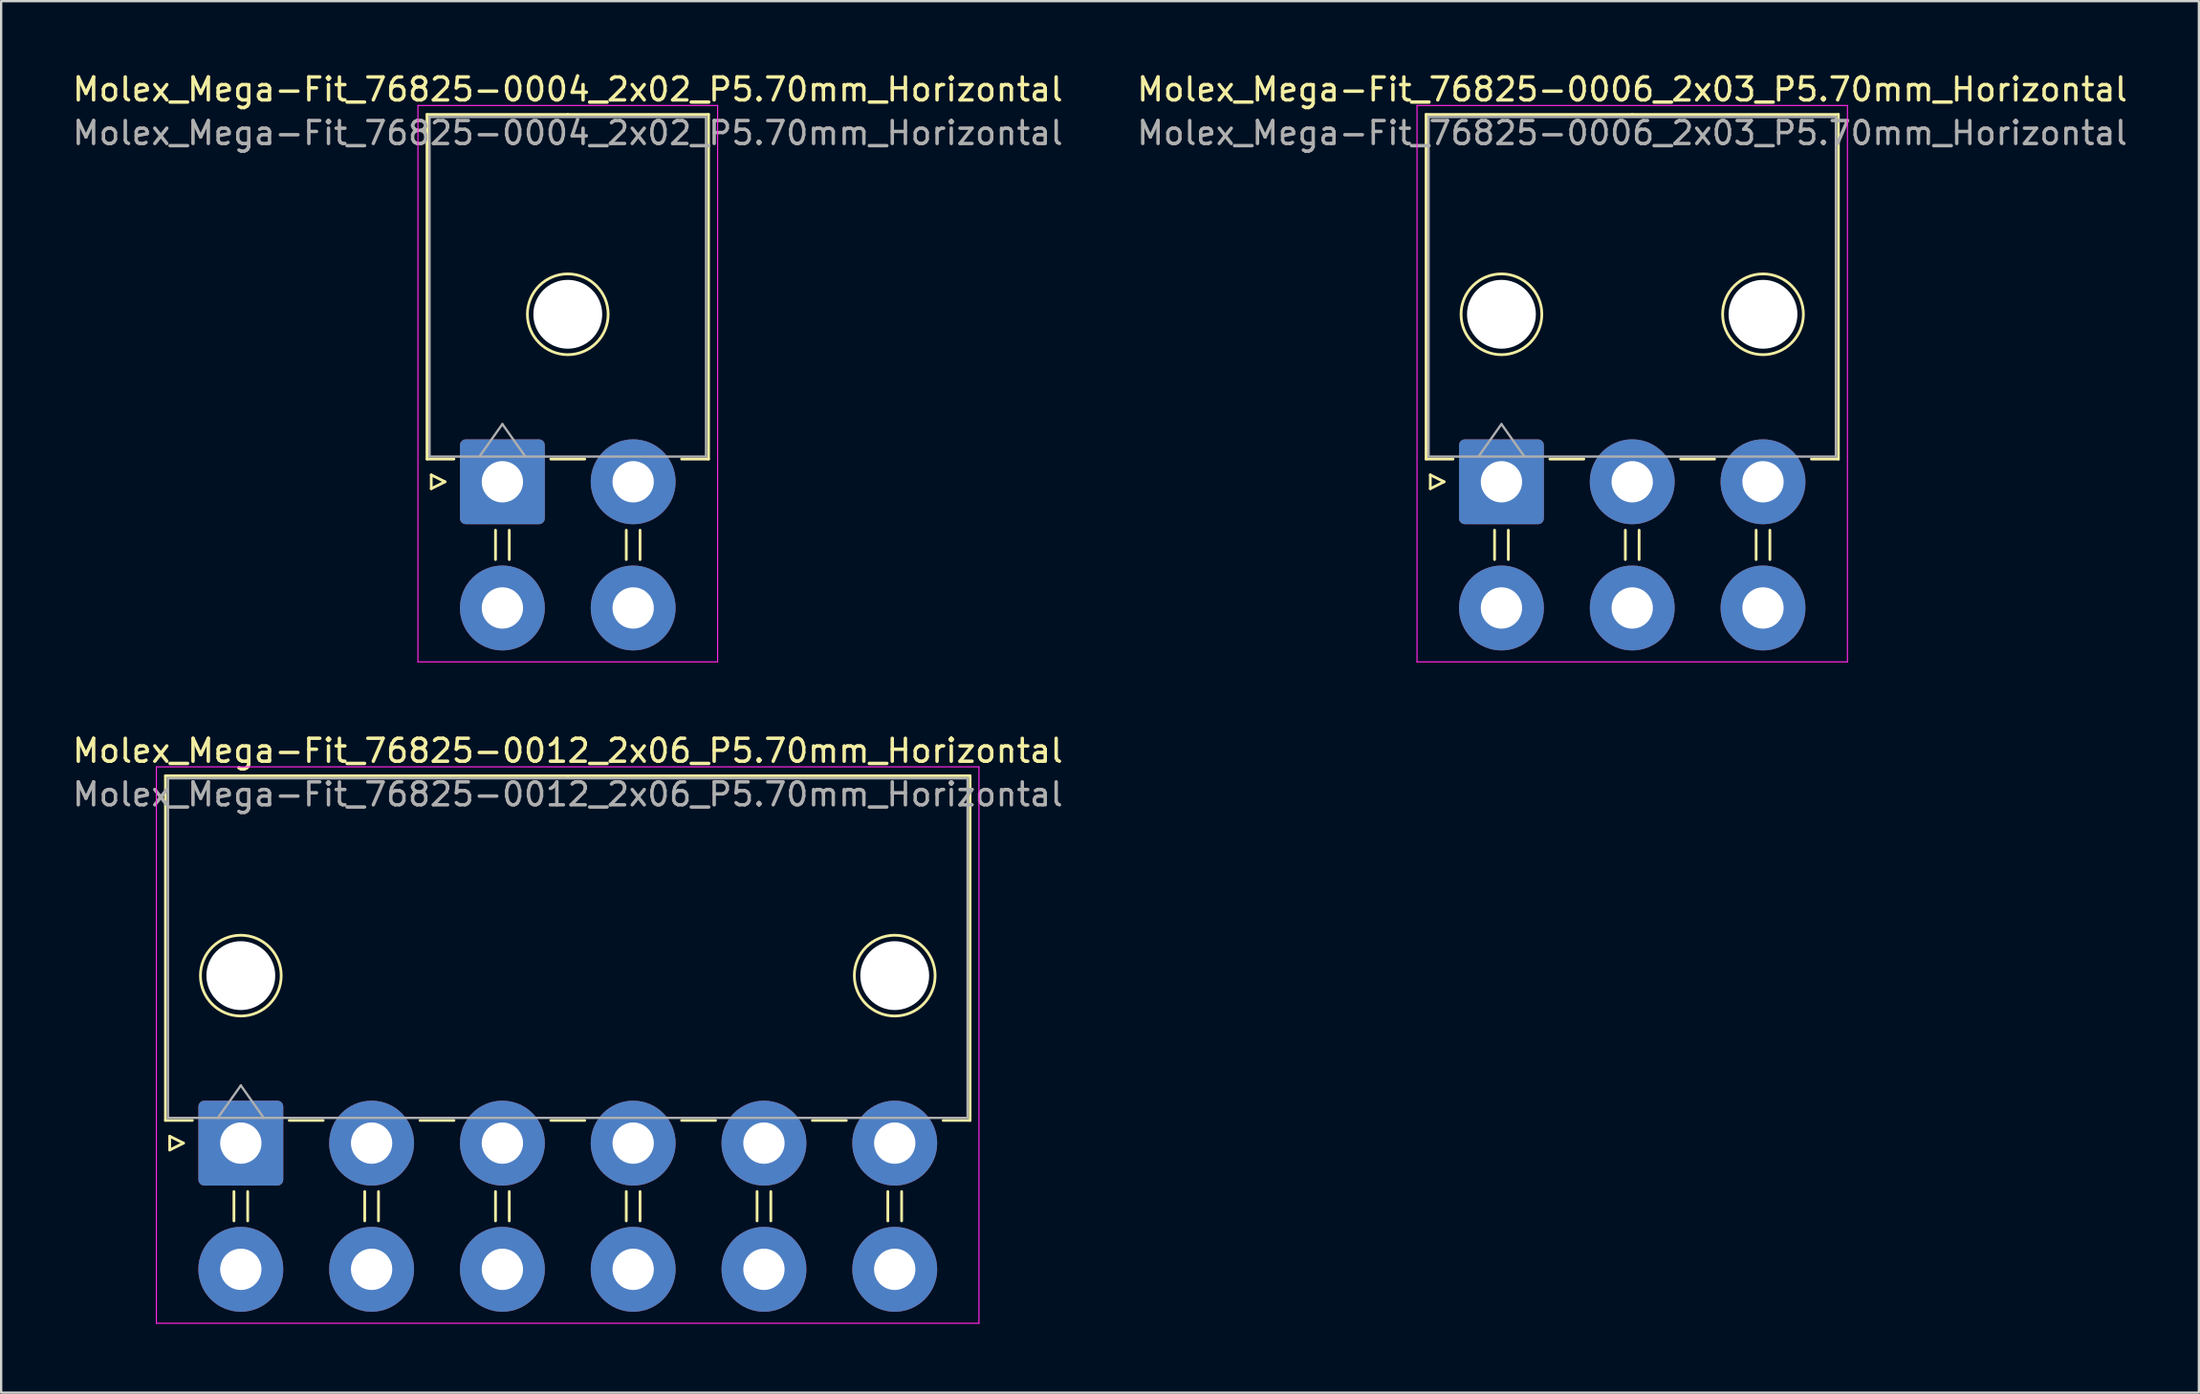
<source format=kicad_pcb>
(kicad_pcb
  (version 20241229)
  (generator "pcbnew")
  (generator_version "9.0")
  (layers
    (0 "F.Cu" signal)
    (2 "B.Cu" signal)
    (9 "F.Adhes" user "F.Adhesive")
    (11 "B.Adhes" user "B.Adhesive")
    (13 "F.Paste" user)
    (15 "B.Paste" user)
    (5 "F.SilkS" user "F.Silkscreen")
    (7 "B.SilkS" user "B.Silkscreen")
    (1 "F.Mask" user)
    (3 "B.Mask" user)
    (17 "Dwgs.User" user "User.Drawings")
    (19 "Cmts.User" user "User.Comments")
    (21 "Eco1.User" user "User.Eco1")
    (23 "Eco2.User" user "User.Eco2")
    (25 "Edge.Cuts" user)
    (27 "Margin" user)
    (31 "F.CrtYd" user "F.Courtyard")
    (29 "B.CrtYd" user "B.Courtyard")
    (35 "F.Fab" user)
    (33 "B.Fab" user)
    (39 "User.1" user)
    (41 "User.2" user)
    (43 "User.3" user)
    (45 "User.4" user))
  (footprint "Molex_Mega-Fit_76825-0012_2x06_P5.70mm_Horizontal"
    (layer "F.Cu")
    (at 7.446 46.772)
    (property "Reference" "Molex_Mega-Fit_76825-0012_2x06_P5.70mm_Horizontal" (at 14.25 -17.1 0) (layer "F.SilkS") (effects (font (size 1 1) (thickness 0.15))))
    (attr through_hole)
    (fp_line (start -3.285 -16.01) (end -3.285 -0.99) (stroke (width 0.12) (type solid)) (layer "F.SilkS"))
    (fp_line (start -3.285 -0.99) (end -2.11 -0.99) (stroke (width 0.12) (type solid)) (layer "F.SilkS"))
    (fp_line (start -3.1 -0.3) (end -2.5 0) (stroke (width 0.12) (type solid)) (layer "F.SilkS"))
    (fp_line (start -3.1 0.3) (end -3.1 -0.3) (stroke (width 0.12) (type solid)) (layer "F.SilkS"))
    (fp_line (start -2.5 0) (end -3.1 0.3) (stroke (width 0.12) (type solid)) (layer "F.SilkS"))
    (fp_line (start -0.3 2.11) (end -0.3 3.39) (stroke (width 0.12) (type solid)) (layer "F.SilkS"))
    (fp_line (start 0.3 2.11) (end 0.3 3.39) (stroke (width 0.12) (type solid)) (layer "F.SilkS"))
    (fp_line (start 2.11 -0.99) (end 3.59 -0.99) (stroke (width 0.12) (type solid)) (layer "F.SilkS"))
    (fp_line (start 5.4 2.11) (end 5.4 3.39) (stroke (width 0.12) (type solid)) (layer "F.SilkS"))
    (fp_line (start 6 2.11) (end 6 3.39) (stroke (width 0.12) (type solid)) (layer "F.SilkS"))
    (fp_line (start 7.81 -0.99) (end 9.29 -0.99) (stroke (width 0.12) (type solid)) (layer "F.SilkS"))
    (fp_line (start 11.1 2.11) (end 11.1 3.39) (stroke (width 0.12) (type solid)) (layer "F.SilkS"))
    (fp_line (start 11.7 2.11) (end 11.7 3.39) (stroke (width 0.12) (type solid)) (layer "F.SilkS"))
    (fp_line (start 13.51 -0.99) (end 14.99 -0.99) (stroke (width 0.12) (type solid)) (layer "F.SilkS"))
    (fp_line (start 14.25 -16.01) (end -3.285 -16.01) (stroke (width 0.12) (type solid)) (layer "F.SilkS"))
    (fp_line (start 14.25 -16.01) (end 31.785 -16.01) (stroke (width 0.12) (type solid)) (layer "F.SilkS"))
    (fp_line (start 16.8 2.11) (end 16.8 3.39) (stroke (width 0.12) (type solid)) (layer "F.SilkS"))
    (fp_line (start 17.4 2.11) (end 17.4 3.39) (stroke (width 0.12) (type solid)) (layer "F.SilkS"))
    (fp_line (start 19.21 -0.99) (end 20.69 -0.99) (stroke (width 0.12) (type solid)) (layer "F.SilkS"))
    (fp_line (start 22.5 2.11) (end 22.5 3.39) (stroke (width 0.12) (type solid)) (layer "F.SilkS"))
    (fp_line (start 23.1 2.11) (end 23.1 3.39) (stroke (width 0.12) (type solid)) (layer "F.SilkS"))
    (fp_line (start 24.91 -0.99) (end 26.39 -0.99) (stroke (width 0.12) (type solid)) (layer "F.SilkS"))
    (fp_line (start 28.2 2.11) (end 28.2 3.39) (stroke (width 0.12) (type solid)) (layer "F.SilkS"))
    (fp_line (start 28.8 2.11) (end 28.8 3.39) (stroke (width 0.12) (type solid)) (layer "F.SilkS"))
    (fp_line (start 31.785 -16.01) (end 31.785 -0.99) (stroke (width 0.12) (type solid)) (layer "F.SilkS"))
    (fp_line (start 31.785 -0.99) (end 30.61 -0.99) (stroke (width 0.12) (type solid)) (layer "F.SilkS"))
    (fp_circle (center 0 -7.3) (end 1.76 -7.3) (stroke (width 0.12) (type solid)) (fill no) (layer "F.SilkS"))
    (fp_circle (center 28.5 -7.3) (end 30.26 -7.3) (stroke (width 0.12) (type solid)) (fill no) (layer "F.SilkS"))
    (fp_line (start -3.68 -16.4) (end -3.68 7.85) (stroke (width 0.05) (type solid)) (layer "F.CrtYd"))
    (fp_line (start -3.68 7.85) (end 32.17 7.85) (stroke (width 0.05) (type solid)) (layer "F.CrtYd"))
    (fp_line (start 32.17 -16.4) (end -3.68 -16.4) (stroke (width 0.05) (type solid)) (layer "F.CrtYd"))
    (fp_line (start 32.17 7.85) (end 32.17 -16.4) (stroke (width 0.05) (type solid)) (layer "F.CrtYd"))
    (fp_line (start -3.175 -15.9) (end -3.175 -1.1) (stroke (width 0.1) (type solid)) (layer "F.Fab"))
    (fp_line (start -3.175 -1.1) (end 31.675 -1.1) (stroke (width 0.1) (type solid)) (layer "F.Fab"))
    (fp_line (start -1 -1.1) (end 0 -2.514) (stroke (width 0.1) (type solid)) (layer "F.Fab"))
    (fp_line (start 0 -2.514) (end 1 -1.1) (stroke (width 0.1) (type solid)) (layer "F.Fab"))
    (fp_line (start 31.675 -15.9) (end -3.175 -15.9) (stroke (width 0.1) (type solid)) (layer "F.Fab"))
    (fp_line (start 31.675 -1.1) (end 31.675 -15.9) (stroke (width 0.1) (type solid)) (layer "F.Fab"))
    (fp_text user "${REFERENCE}" (at 14.25 -15.2 0) (layer "F.Fab") (effects (font (size 1 1) (thickness 0.15))))
    (pad "" np_thru_hole circle (at 0 -7.3) (size 3 3) (drill 3) (layers "*.Cu" "*.Mask"))
    (pad "" np_thru_hole circle (at 28.5 -7.3) (size 3 3) (drill 3) (layers "*.Cu" "*.Mask"))
    (pad "1" thru_hole roundrect (at 0 0) (size 3.7 3.7) (drill 1.8) (layers "*.Cu" "*.Mask") (roundrect_rratio 0.068))
    (pad "2" thru_hole circle (at 5.7 0) (size 3.7 3.7) (drill 1.8) (layers "*.Cu" "*.Mask"))
    (pad "3" thru_hole circle (at 11.4 0) (size 3.7 3.7) (drill 1.8) (layers "*.Cu" "*.Mask"))
    (pad "4" thru_hole circle (at 17.1 0) (size 3.7 3.7) (drill 1.8) (layers "*.Cu" "*.Mask"))
    (pad "5" thru_hole circle (at 22.8 0) (size 3.7 3.7) (drill 1.8) (layers "*.Cu" "*.Mask"))
    (pad "6" thru_hole circle (at 28.5 0) (size 3.7 3.7) (drill 1.8) (layers "*.Cu" "*.Mask"))
    (pad "7" thru_hole circle (at 0 5.5) (size 3.7 3.7) (drill 1.8) (layers "*.Cu" "*.Mask"))
    (pad "8" thru_hole circle (at 5.7 5.5) (size 3.7 3.7) (drill 1.8) (layers "*.Cu" "*.Mask"))
    (pad "9" thru_hole circle (at 11.4 5.5) (size 3.7 3.7) (drill 1.8) (layers "*.Cu" "*.Mask"))
    (pad "10" thru_hole circle (at 17.1 5.5) (size 3.7 3.7) (drill 1.8) (layers "*.Cu" "*.Mask"))
    (pad "11" thru_hole circle (at 22.8 5.5) (size 3.7 3.7) (drill 1.8) (layers "*.Cu" "*.Mask"))
    (pad "12" thru_hole circle (at 28.5 5.5) (size 3.7 3.7) (drill 1.8) (layers "*.Cu" "*.Mask")))
  (footprint "Molex_Mega-Fit_76825-0004_2x02_P5.70mm_Horizontal"
    (layer "F.Cu")
    (at 18.846 17.948)
    (property "Reference" "Molex_Mega-Fit_76825-0004_2x02_P5.70mm_Horizontal" (at 2.85 -17.1 0) (layer "F.SilkS") (effects (font (size 1 1) (thickness 0.15))))
    (attr through_hole)
    (fp_line (start -3.285 -16.01) (end -3.285 -0.99) (stroke (width 0.12) (type solid)) (layer "F.SilkS"))
    (fp_line (start -3.285 -0.99) (end -2.11 -0.99) (stroke (width 0.12) (type solid)) (layer "F.SilkS"))
    (fp_line (start -3.1 -0.3) (end -2.5 0) (stroke (width 0.12) (type solid)) (layer "F.SilkS"))
    (fp_line (start -3.1 0.3) (end -3.1 -0.3) (stroke (width 0.12) (type solid)) (layer "F.SilkS"))
    (fp_line (start -2.5 0) (end -3.1 0.3) (stroke (width 0.12) (type solid)) (layer "F.SilkS"))
    (fp_line (start -0.3 2.11) (end -0.3 3.39) (stroke (width 0.12) (type solid)) (layer "F.SilkS"))
    (fp_line (start 0.3 2.11) (end 0.3 3.39) (stroke (width 0.12) (type solid)) (layer "F.SilkS"))
    (fp_line (start 2.11 -0.99) (end 3.59 -0.99) (stroke (width 0.12) (type solid)) (layer "F.SilkS"))
    (fp_line (start 2.85 -16.01) (end -3.285 -16.01) (stroke (width 0.12) (type solid)) (layer "F.SilkS"))
    (fp_line (start 2.85 -16.01) (end 8.985 -16.01) (stroke (width 0.12) (type solid)) (layer "F.SilkS"))
    (fp_line (start 5.4 2.11) (end 5.4 3.39) (stroke (width 0.12) (type solid)) (layer "F.SilkS"))
    (fp_line (start 6 2.11) (end 6 3.39) (stroke (width 0.12) (type solid)) (layer "F.SilkS"))
    (fp_line (start 8.985 -16.01) (end 8.985 -0.99) (stroke (width 0.12) (type solid)) (layer "F.SilkS"))
    (fp_line (start 8.985 -0.99) (end 7.81 -0.99) (stroke (width 0.12) (type solid)) (layer "F.SilkS"))
    (fp_circle (center 2.85 -7.3) (end 4.61 -7.3) (stroke (width 0.12) (type solid)) (fill no) (layer "F.SilkS"))
    (fp_line (start -3.68 -16.4) (end -3.68 7.85) (stroke (width 0.05) (type solid)) (layer "F.CrtYd"))
    (fp_line (start -3.68 7.85) (end 9.38 7.85) (stroke (width 0.05) (type solid)) (layer "F.CrtYd"))
    (fp_line (start 9.38 -16.4) (end -3.68 -16.4) (stroke (width 0.05) (type solid)) (layer "F.CrtYd"))
    (fp_line (start 9.38 7.85) (end 9.38 -16.4) (stroke (width 0.05) (type solid)) (layer "F.CrtYd"))
    (fp_line (start -3.175 -15.9) (end -3.175 -1.1) (stroke (width 0.1) (type solid)) (layer "F.Fab"))
    (fp_line (start -3.175 -1.1) (end 8.875 -1.1) (stroke (width 0.1) (type solid)) (layer "F.Fab"))
    (fp_line (start -1 -1.1) (end 0 -2.514) (stroke (width 0.1) (type solid)) (layer "F.Fab"))
    (fp_line (start 0 -2.514) (end 1 -1.1) (stroke (width 0.1) (type solid)) (layer "F.Fab"))
    (fp_line (start 8.875 -15.9) (end -3.175 -15.9) (stroke (width 0.1) (type solid)) (layer "F.Fab"))
    (fp_line (start 8.875 -1.1) (end 8.875 -15.9) (stroke (width 0.1) (type solid)) (layer "F.Fab"))
    (fp_text user "${REFERENCE}" (at 2.85 -15.2 0) (layer "F.Fab") (effects (font (size 1 1) (thickness 0.15))))
    (pad "" np_thru_hole circle (at 2.85 -7.3) (size 3 3) (drill 3) (layers "*.Cu" "*.Mask"))
    (pad "1" thru_hole roundrect (at 0 0) (size 3.7 3.7) (drill 1.8) (layers "*.Cu" "*.Mask") (roundrect_rratio 0.068))
    (pad "2" thru_hole circle (at 5.7 0) (size 3.7 3.7) (drill 1.8) (layers "*.Cu" "*.Mask"))
    (pad "3" thru_hole circle (at 0 5.5) (size 3.7 3.7) (drill 1.8) (layers "*.Cu" "*.Mask"))
    (pad "4" thru_hole circle (at 5.7 5.5) (size 3.7 3.7) (drill 1.8) (layers "*.Cu" "*.Mask")))
  (footprint "Molex_Mega-Fit_76825-0006_2x03_P5.70mm_Horizontal"
    (layer "F.Cu")
    (at 62.389 17.948)
    (property "Reference" "Molex_Mega-Fit_76825-0006_2x03_P5.70mm_Horizontal" (at 5.7 -17.1 0) (layer "F.SilkS") (effects (font (size 1 1) (thickness 0.15))))
    (attr through_hole)
    (fp_line (start -3.285 -16.01) (end -3.285 -0.99) (stroke (width 0.12) (type solid)) (layer "F.SilkS"))
    (fp_line (start -3.285 -0.99) (end -2.11 -0.99) (stroke (width 0.12) (type solid)) (layer "F.SilkS"))
    (fp_line (start -3.1 -0.3) (end -2.5 0) (stroke (width 0.12) (type solid)) (layer "F.SilkS"))
    (fp_line (start -3.1 0.3) (end -3.1 -0.3) (stroke (width 0.12) (type solid)) (layer "F.SilkS"))
    (fp_line (start -2.5 0) (end -3.1 0.3) (stroke (width 0.12) (type solid)) (layer "F.SilkS"))
    (fp_line (start -0.3 2.11) (end -0.3 3.39) (stroke (width 0.12) (type solid)) (layer "F.SilkS"))
    (fp_line (start 0.3 2.11) (end 0.3 3.39) (stroke (width 0.12) (type solid)) (layer "F.SilkS"))
    (fp_line (start 2.11 -0.99) (end 3.59 -0.99) (stroke (width 0.12) (type solid)) (layer "F.SilkS"))
    (fp_line (start 5.4 2.11) (end 5.4 3.39) (stroke (width 0.12) (type solid)) (layer "F.SilkS"))
    (fp_line (start 5.7 -16.01) (end -3.285 -16.01) (stroke (width 0.12) (type solid)) (layer "F.SilkS"))
    (fp_line (start 5.7 -16.01) (end 14.685 -16.01) (stroke (width 0.12) (type solid)) (layer "F.SilkS"))
    (fp_line (start 6 2.11) (end 6 3.39) (stroke (width 0.12) (type solid)) (layer "F.SilkS"))
    (fp_line (start 7.81 -0.99) (end 9.29 -0.99) (stroke (width 0.12) (type solid)) (layer "F.SilkS"))
    (fp_line (start 11.1 2.11) (end 11.1 3.39) (stroke (width 0.12) (type solid)) (layer "F.SilkS"))
    (fp_line (start 11.7 2.11) (end 11.7 3.39) (stroke (width 0.12) (type solid)) (layer "F.SilkS"))
    (fp_line (start 14.685 -16.01) (end 14.685 -0.99) (stroke (width 0.12) (type solid)) (layer "F.SilkS"))
    (fp_line (start 14.685 -0.99) (end 13.51 -0.99) (stroke (width 0.12) (type solid)) (layer "F.SilkS"))
    (fp_circle (center 0 -7.3) (end 1.76 -7.3) (stroke (width 0.12) (type solid)) (fill no) (layer "F.SilkS"))
    (fp_circle (center 11.4 -7.3) (end 13.16 -7.3) (stroke (width 0.12) (type solid)) (fill no) (layer "F.SilkS"))
    (fp_line (start -3.68 -16.4) (end -3.68 7.85) (stroke (width 0.05) (type solid)) (layer "F.CrtYd"))
    (fp_line (start -3.68 7.85) (end 15.08 7.85) (stroke (width 0.05) (type solid)) (layer "F.CrtYd"))
    (fp_line (start 15.08 -16.4) (end -3.68 -16.4) (stroke (width 0.05) (type solid)) (layer "F.CrtYd"))
    (fp_line (start 15.08 7.85) (end 15.08 -16.4) (stroke (width 0.05) (type solid)) (layer "F.CrtYd"))
    (fp_line (start -3.175 -15.9) (end -3.175 -1.1) (stroke (width 0.1) (type solid)) (layer "F.Fab"))
    (fp_line (start -3.175 -1.1) (end 14.575 -1.1) (stroke (width 0.1) (type solid)) (layer "F.Fab"))
    (fp_line (start -1 -1.1) (end 0 -2.514) (stroke (width 0.1) (type solid)) (layer "F.Fab"))
    (fp_line (start 0 -2.514) (end 1 -1.1) (stroke (width 0.1) (type solid)) (layer "F.Fab"))
    (fp_line (start 14.575 -15.9) (end -3.175 -15.9) (stroke (width 0.1) (type solid)) (layer "F.Fab"))
    (fp_line (start 14.575 -1.1) (end 14.575 -15.9) (stroke (width 0.1) (type solid)) (layer "F.Fab"))
    (fp_text user "${REFERENCE}" (at 5.7 -15.2 0) (layer "F.Fab") (effects (font (size 1 1) (thickness 0.15))))
    (pad "" np_thru_hole circle (at 0 -7.3) (size 3 3) (drill 3) (layers "*.Cu" "*.Mask"))
    (pad "" np_thru_hole circle (at 11.4 -7.3) (size 3 3) (drill 3) (layers "*.Cu" "*.Mask"))
    (pad "1" thru_hole roundrect (at 0 0) (size 3.7 3.7) (drill 1.8) (layers "*.Cu" "*.Mask") (roundrect_rratio 0.068))
    (pad "2" thru_hole circle (at 5.7 0) (size 3.7 3.7) (drill 1.8) (layers "*.Cu" "*.Mask"))
    (pad "3" thru_hole circle (at 11.4 0) (size 3.7 3.7) (drill 1.8) (layers "*.Cu" "*.Mask"))
    (pad "4" thru_hole circle (at 0 5.5) (size 3.7 3.7) (drill 1.8) (layers "*.Cu" "*.Mask"))
    (pad "5" thru_hole circle (at 5.7 5.5) (size 3.7 3.7) (drill 1.8) (layers "*.Cu" "*.Mask"))
    (pad "6" thru_hole circle (at 11.4 5.5) (size 3.7 3.7) (drill 1.8) (layers "*.Cu" "*.Mask")))
  (gr_rect
    (start -3 -3)
    (end 92.786 57.647)
    (stroke (width 0.1) (type default))
    (fill no)
    (layer "Edge.Cuts")))
</source>
